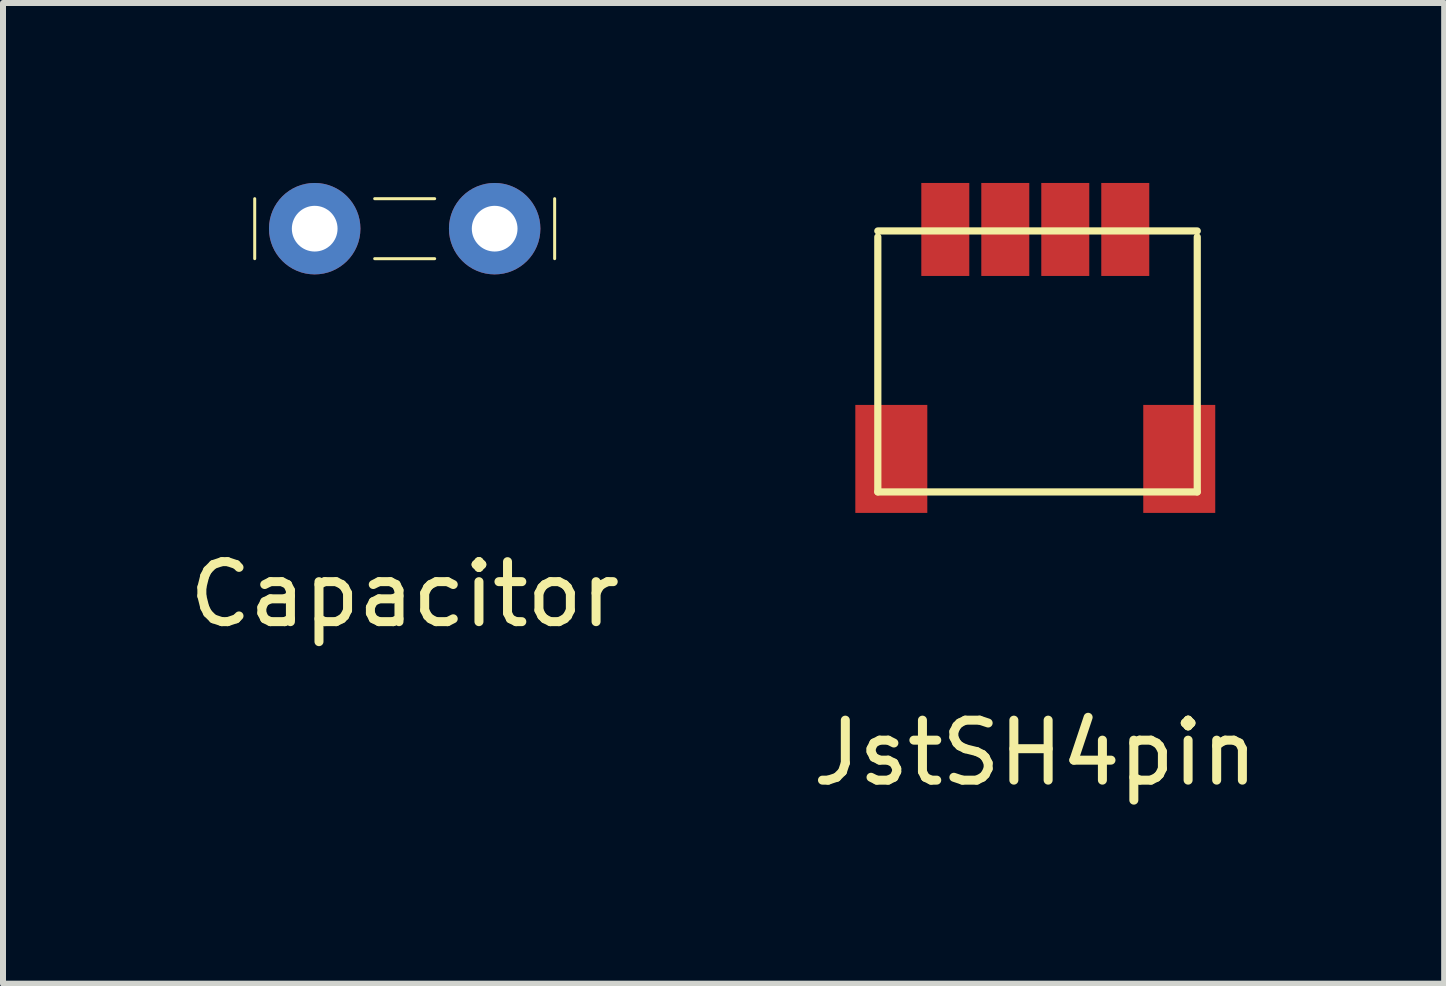
<source format=kicad_pcb>
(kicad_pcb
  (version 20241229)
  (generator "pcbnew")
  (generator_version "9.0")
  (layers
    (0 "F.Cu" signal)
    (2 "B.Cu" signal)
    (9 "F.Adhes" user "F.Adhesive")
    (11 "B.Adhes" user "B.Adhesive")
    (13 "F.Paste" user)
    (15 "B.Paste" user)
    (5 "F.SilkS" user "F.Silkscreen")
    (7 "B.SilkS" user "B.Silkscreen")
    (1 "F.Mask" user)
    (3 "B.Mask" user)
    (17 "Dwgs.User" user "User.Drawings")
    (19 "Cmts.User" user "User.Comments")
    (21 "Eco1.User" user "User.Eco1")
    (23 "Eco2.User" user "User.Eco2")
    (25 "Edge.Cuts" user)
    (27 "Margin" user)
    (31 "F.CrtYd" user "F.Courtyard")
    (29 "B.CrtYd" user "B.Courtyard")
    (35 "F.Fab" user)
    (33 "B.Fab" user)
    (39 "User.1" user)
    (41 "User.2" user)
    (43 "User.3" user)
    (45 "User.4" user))
  (footprint "Capacitor"
    (layer "F.Cu")
    (at 3.696 0.762)
    (property "Reference" "Capacitor" (at 0 6.096 0) (layer "F.SilkS") (effects (font (size 1 1) (thickness 0.15))))
    (attr through_hole)
    (fp_line (start -2.5 -0.5) (end -2.5 0.5) (stroke (width 0.05) (type solid)) (layer "F.SilkS"))
    (fp_line (start -0.5 0.5) (end 0.5 0.5) (stroke (width 0.05) (type solid)) (layer "F.SilkS"))
    (fp_line (start 0.5 -0.5) (end -0.5 -0.5) (stroke (width 0.05) (type solid)) (layer "F.SilkS"))
    (fp_line (start 2.5 0.5) (end 2.5 -0.5) (stroke (width 0.05) (type solid)) (layer "F.SilkS"))
    (pad "1" thru_hole circle (at 1.5 0) (size 1.524 1.524) (drill 0.762) (layers "*.Cu" "*.Mask"))
    (pad "2" thru_hole circle (at -1.5 0) (size 1.524 1.524) (drill 0.762) (layers "*.Cu" "*.Mask")))
  (footprint "JstSH4pin"
    (layer "F.Cu")
    (at 14.208 2.9)
    (property "Reference" "JstSH4pin" (at 0 6.6 0) (layer "F.SilkS") (effects (font (size 1 1) (thickness 0.15))))
    (attr through_hole)
    (fp_line (start -2.625 -2) (end -2.625 2.25) (stroke (width 0.12) (type solid)) (layer "F.SilkS"))
    (fp_line (start 2.7 -2.1) (end -2.625 -2.1) (stroke (width 0.12) (type solid)) (layer "F.SilkS"))
    (fp_line (start 2.7 -2) (end 2.7 2.25) (stroke (width 0.12) (type solid)) (layer "F.SilkS"))
    (fp_line (start 2.7 2.25) (end -2.625 2.25) (stroke (width 0.12) (type solid)) (layer "F.SilkS"))
    (pad "1" smd rect (at -1.5 -2.125) (size 0.8 1.55) (layers "F.Cu" "F.Mask" "F.Paste"))
    (pad "2" smd rect (at -0.5 -2.125) (size 0.8 1.55) (layers "F.Cu" "F.Mask" "F.Paste"))
    (pad "3" smd rect (at 0.5 -2.125) (size 0.8 1.55) (layers "F.Cu" "F.Mask" "F.Paste"))
    (pad "4" smd rect (at 1.5 -2.125) (size 0.8 1.55) (layers "F.Cu" "F.Mask" "F.Paste"))
    (pad "5" smd rect (at 2.4 1.7) (size 1.2 1.8) (layers "F.Cu" "F.Mask" "F.Paste"))
    (pad "6" smd rect (at -2.4 1.7) (size 1.2 1.8) (layers "F.Cu" "F.Mask" "F.Paste")))
  (gr_rect
    (start -3 -3)
    (end 21.024 13.348)
    (stroke (width 0.1) (type default))
    (fill no)
    (layer "Edge.Cuts")))
</source>
